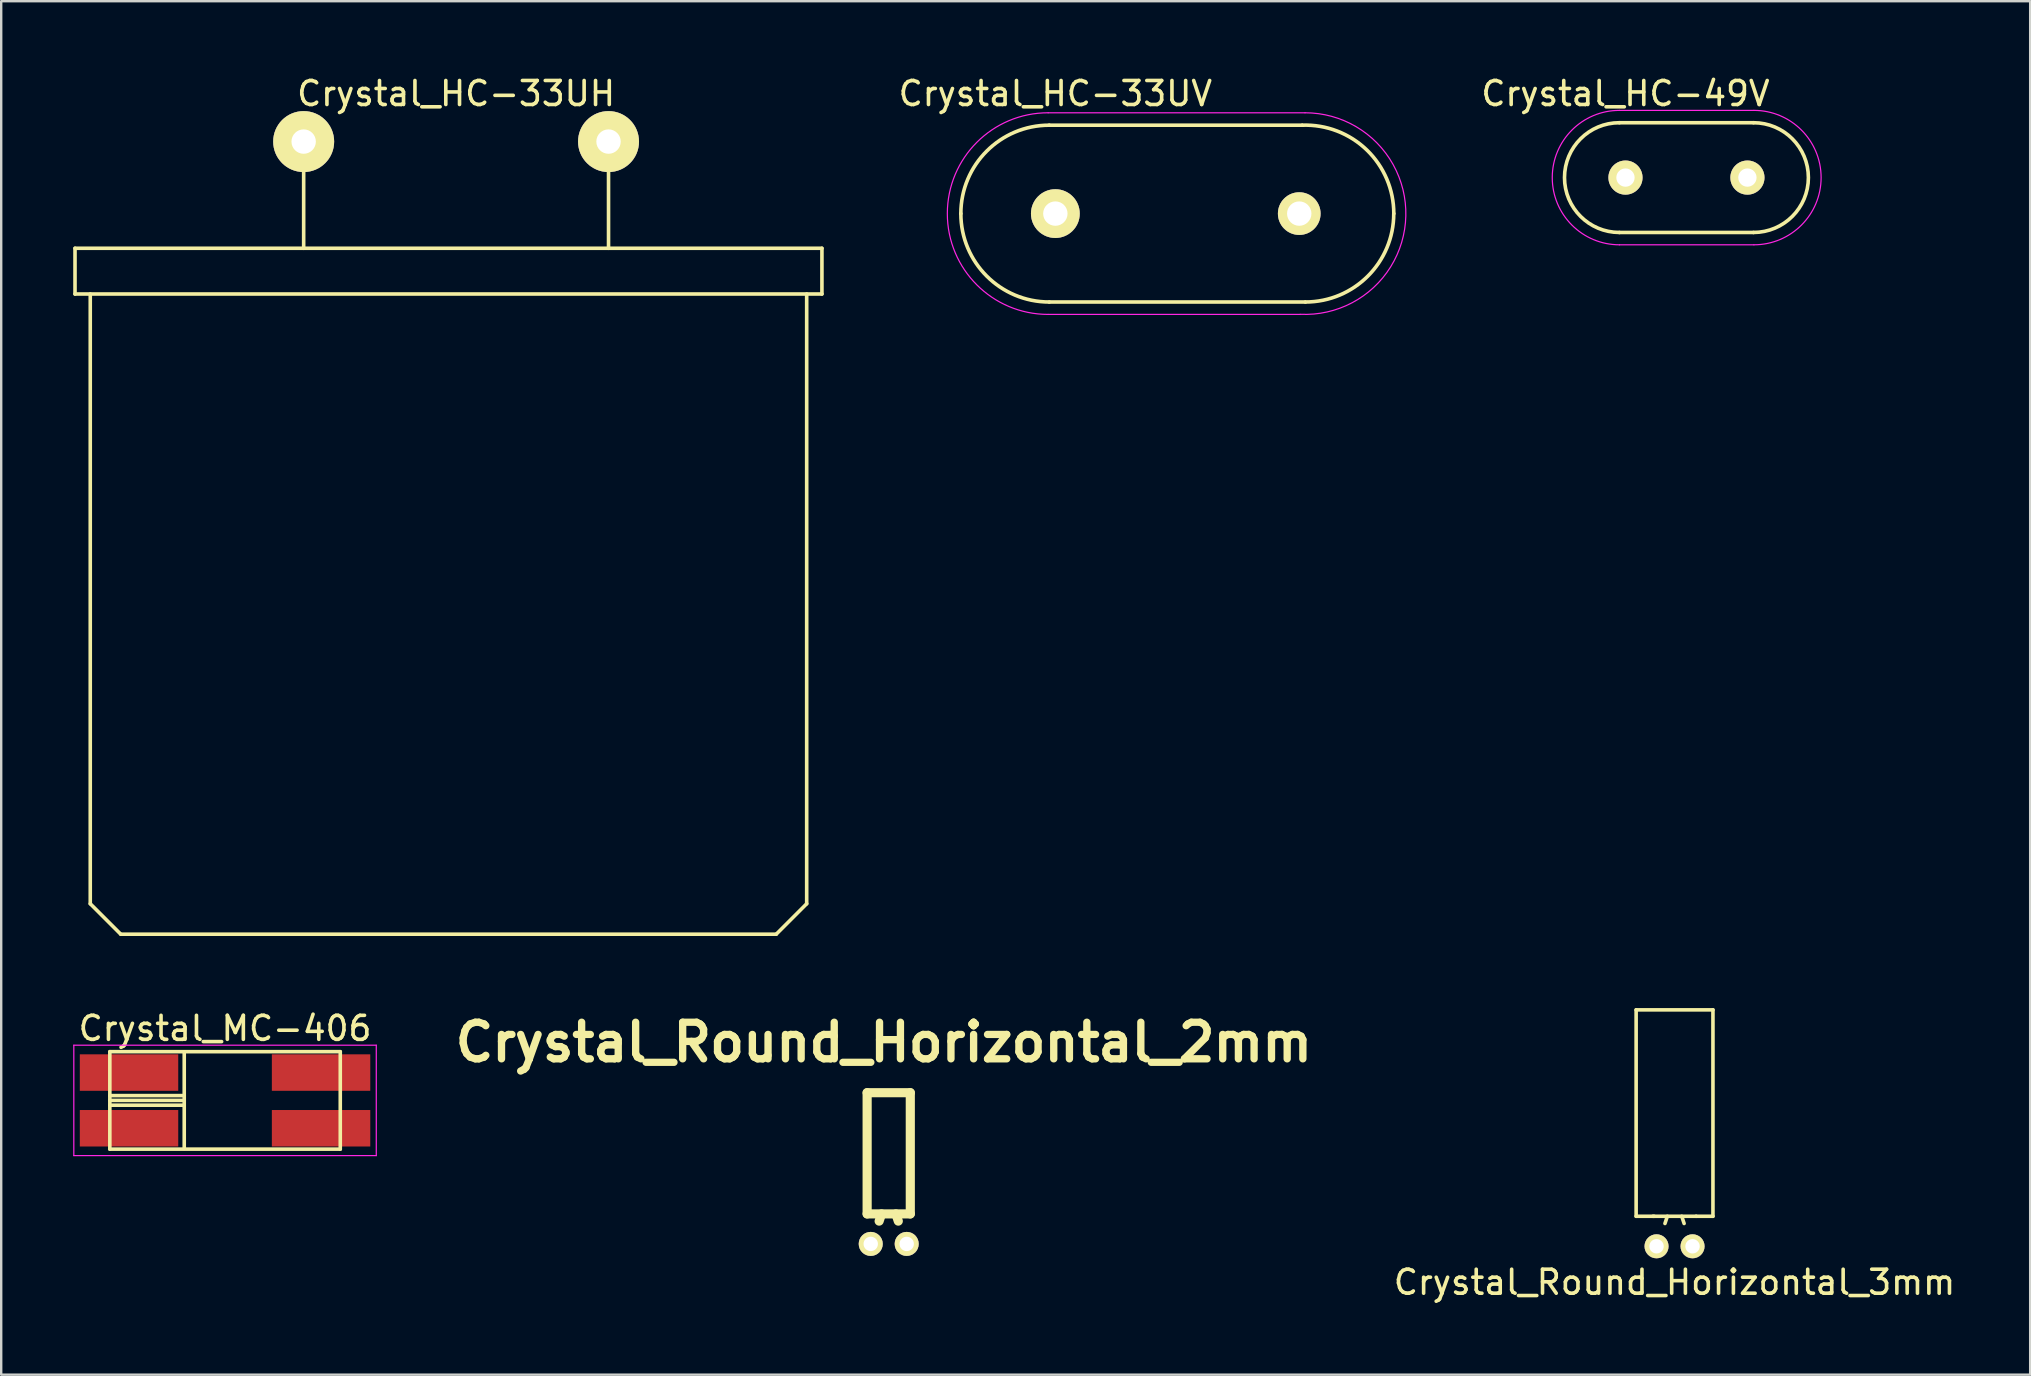
<source format=kicad_pcb>
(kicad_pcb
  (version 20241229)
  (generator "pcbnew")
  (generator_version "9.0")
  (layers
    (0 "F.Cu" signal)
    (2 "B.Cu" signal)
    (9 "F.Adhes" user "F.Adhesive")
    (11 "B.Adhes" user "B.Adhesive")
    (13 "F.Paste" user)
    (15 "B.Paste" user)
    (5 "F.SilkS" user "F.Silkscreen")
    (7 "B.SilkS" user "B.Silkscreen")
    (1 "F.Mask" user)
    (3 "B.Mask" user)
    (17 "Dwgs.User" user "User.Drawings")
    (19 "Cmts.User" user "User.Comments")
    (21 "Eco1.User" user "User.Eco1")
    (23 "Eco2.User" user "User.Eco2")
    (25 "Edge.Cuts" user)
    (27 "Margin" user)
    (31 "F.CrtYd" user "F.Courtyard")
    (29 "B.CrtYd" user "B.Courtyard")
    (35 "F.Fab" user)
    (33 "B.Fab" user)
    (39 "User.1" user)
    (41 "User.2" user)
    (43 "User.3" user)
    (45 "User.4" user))
  (footprint "Crystal_Round_Horizontal_3mm"
    (layer "F.Cu")
    (at 65.958 48.868)
    (property "Reference" "Crystal_Round_Horizontal_3mm" (at 0.75 1.5 0) (layer "F.SilkS") (effects (font (size 1 1) (thickness 0.15))))
    (attr through_hole)
    (fp_line (start -0.85 -9.85) (end -0.85 -1.25) (stroke (width 0.15) (type solid)) (layer "F.SilkS"))
    (fp_line (start -0.101 -1.25) (end -0.85 -1.25) (stroke (width 0.15) (type solid)) (layer "F.SilkS"))
    (fp_line (start 0.45 -1.25) (end 0.351 -0.95) (stroke (width 0.15) (type solid)) (layer "F.SilkS"))
    (fp_line (start 1.05 -1.25) (end 1.149 -0.95) (stroke (width 0.15) (type solid)) (layer "F.SilkS"))
    (fp_line (start 1.649 -1.25) (end -0.149 -1.25) (stroke (width 0.15) (type solid)) (layer "F.SilkS"))
    (fp_line (start 1.649 -1.25) (end 2.35 -1.25) (stroke (width 0.15) (type solid)) (layer "F.SilkS"))
    (fp_line (start 2.35 -9.85) (end -0.85 -9.85) (stroke (width 0.15) (type solid)) (layer "F.SilkS"))
    (fp_line (start 2.35 -1.25) (end 2.35 -9.85) (stroke (width 0.15) (type solid)) (layer "F.SilkS"))
    (pad "1" thru_hole circle (at 0 0) (size 1.001 1.001) (drill 0.599) (layers "*.Cu" "*.Mask" "F.SilkS"))
    (pad "2" thru_hole circle (at 1.5 0) (size 1.001 1.001) (drill 0.599) (layers "*.Cu" "*.Mask" "F.SilkS")))
  (footprint "Crystal_HC-33UH"
    (layer "F.Cu")
    (at 15.95 2.848)
    (property "Reference" "Crystal_HC-33UH" (at 0 -2 0) (layer "F.SilkS") (effects (font (size 1 1) (thickness 0.15))))
    (attr through_hole)
    (fp_line (start -15.875 6.35) (end -15.875 4.445) (stroke (width 0.15) (type solid)) (layer "F.SilkS"))
    (fp_line (start -15.24 31.75) (end -15.24 6.35) (stroke (width 0.15) (type solid)) (layer "F.SilkS"))
    (fp_line (start -13.97 33.02) (end -15.24 31.75) (stroke (width 0.15) (type solid)) (layer "F.SilkS"))
    (fp_line (start -6.35 0) (end -6.35 4.445) (stroke (width 0.15) (type solid)) (layer "F.SilkS"))
    (fp_line (start 6.35 0) (end 6.35 4.445) (stroke (width 0.15) (type solid)) (layer "F.SilkS"))
    (fp_line (start 13.335 33.02) (end -13.97 33.02) (stroke (width 0.15) (type solid)) (layer "F.SilkS"))
    (fp_line (start 14.605 6.35) (end 14.605 31.75) (stroke (width 0.15) (type solid)) (layer "F.SilkS"))
    (fp_line (start 14.605 31.75) (end 13.335 33.02) (stroke (width 0.15) (type solid)) (layer "F.SilkS"))
    (fp_line (start 15.24 4.445) (end -15.875 4.445) (stroke (width 0.15) (type solid)) (layer "F.SilkS"))
    (fp_line (start 15.24 4.445) (end 15.24 6.35) (stroke (width 0.15) (type solid)) (layer "F.SilkS"))
    (fp_line (start 15.24 6.35) (end -15.875 6.35) (stroke (width 0.15) (type solid)) (layer "F.SilkS"))
    (pad "1" thru_hole circle (at -6.35 0) (size 2.54 2.54) (drill 1.016) (layers "*.Cu" "*.Mask" "F.SilkS"))
    (pad "2" thru_hole circle (at 6.35 0) (size 2.54 2.54) (drill 1.016) (layers "*.Cu" "*.Mask" "F.SilkS")))
  (footprint "Crystal_MC-406"
    (layer "F.Cu")
    (at 6.325 42.791)
    (property "Reference" "Crystal_MC-406" (at 0 -3 0) (layer "F.SilkS") (effects (font (size 1 1) (thickness 0.15))))
    (attr smd)
    (fp_line (start -4.8 -0.2) (end -1.7 -0.2) (stroke (width 0.15) (type solid)) (layer "F.SilkS"))
    (fp_line (start -4.8 0) (end -1.7 0) (stroke (width 0.15) (type solid)) (layer "F.SilkS"))
    (fp_line (start -4.8 0.2) (end -1.7 0.2) (stroke (width 0.15) (type solid)) (layer "F.SilkS"))
    (fp_line (start -4.8 2.03) (end -4.8 -2.03) (stroke (width 0.15) (type solid)) (layer "F.SilkS"))
    (fp_line (start -4.8 2.03) (end 4.8 2.03) (stroke (width 0.15) (type solid)) (layer "F.SilkS"))
    (fp_line (start -1.7 2) (end -1.7 -2) (stroke (width 0.15) (type solid)) (layer "F.SilkS"))
    (fp_line (start 4.8 -2.03) (end -4.8 -2.03) (stroke (width 0.15) (type solid)) (layer "F.SilkS"))
    (fp_line (start 4.8 -2.03) (end 4.8 2.03) (stroke (width 0.15) (type solid)) (layer "F.SilkS"))
    (fp_line (start -6.3 -2.3) (end 6.3 -2.3) (stroke (width 0.05) (type solid)) (layer "F.CrtYd"))
    (fp_line (start -6.3 2.3) (end -6.3 -2.3) (stroke (width 0.05) (type solid)) (layer "F.CrtYd"))
    (fp_line (start 6.3 -2.3) (end 6.3 2.3) (stroke (width 0.05) (type solid)) (layer "F.CrtYd"))
    (fp_line (start 6.3 2.3) (end -6.3 2.3) (stroke (width 0.05) (type solid)) (layer "F.CrtYd"))
    (pad "1" smd rect (at -4 1.16) (size 4.1 1.52) (layers "F.Cu" "F.Mask" "F.Paste"))
    (pad "2" smd rect (at 4 1.16) (size 4.1 1.52) (layers "F.Cu" "F.Mask" "F.Paste"))
    (pad "3" smd rect (at 4 -1.16) (size 4.1 1.52) (layers "F.Cu" "F.Mask" "F.Paste"))
    (pad "4" smd rect (at -4 -1.16) (size 4.1 1.52) (layers "F.Cu" "F.Mask" "F.Paste")))
  (footprint "Crystal_HC-33UV"
    (layer "F.Cu")
    (at 40.914 5.848)
    (property "Reference" "Crystal_HC-33UV" (at 0 -5 0) (layer "F.SilkS") (effects (font (size 1 1) (thickness 0.15))))
    (attr through_hole)
    (fp_line (start -0.254 -3.683) (end 10.287 -3.683) (stroke (width 0.15) (type solid)) (layer "F.SilkS"))
    (fp_line (start 10.414 3.683) (end -0.254 3.683) (stroke (width 0.15) (type solid)) (layer "F.SilkS"))
    (fp_arc (start -3.937 0) (mid -2.858274 -2.604274) (end -0.254 -3.683) (stroke (width 0.15) (type solid)) (layer "F.SilkS"))
    (fp_arc (start -0.254 3.683) (mid -2.858274 2.604274) (end -3.937 0) (stroke (width 0.15) (type solid)) (layer "F.SilkS"))
    (fp_arc (start 10.287 -3.683) (mid 12.974527 -2.650343) (end 14.099189 0) (stroke (width 0.15) (type solid)) (layer "F.SilkS"))
    (fp_arc (start 14.097 0) (mid 13.018274 2.604274) (end 10.414 3.683) (stroke (width 0.15) (type solid)) (layer "F.SilkS"))
    (fp_line (start -0.3 4.2) (end 10.2 4.2) (stroke (width 0.05) (type solid)) (layer "F.CrtYd"))
    (fp_line (start 10.4 -4.2) (end -0.3 -4.2) (stroke (width 0.05) (type solid)) (layer "F.CrtYd"))
    (fp_arc (start -0.3 4.2) (mid -4.5 0) (end -0.3 -4.2) (stroke (width 0.05) (type solid)) (layer "F.CrtYd"))
    (fp_arc (start 10.4 -4.2) (mid 14.598811 0.099915) (end 10.200226 4.195246) (stroke (width 0.05) (type solid)) (layer "F.CrtYd"))
    (pad "1" thru_hole circle (at 0 0) (size 2.032 2.032) (drill 1.016) (layers "*.Cu" "*.Mask" "F.SilkS"))
    (pad "2" thru_hole circle (at 10.16 0) (size 1.778 1.778) (drill 1.016) (layers "*.Cu" "*.Mask" "F.SilkS")))
  (footprint "Crystal_HC-49V"
    (layer "F.Cu")
    (at 64.664 4.348)
    (property "Reference" "Crystal_HC-49V" (at 0 -3.5 0) (layer "F.SilkS") (effects (font (size 1 1) (thickness 0.15))))
    (attr through_hole)
    (fp_line (start -0.254 -2.286) (end 5.334 -2.286) (stroke (width 0.15) (type solid)) (layer "F.SilkS"))
    (fp_line (start -0.254 2.286) (end 5.334 2.286) (stroke (width 0.15) (type solid)) (layer "F.SilkS"))
    (fp_arc (start -0.254 2.286) (mid -2.54 0) (end -0.254 -2.286) (stroke (width 0.15) (type solid)) (layer "F.SilkS"))
    (fp_arc (start 5.334 -2.286) (mid 7.62 0) (end 5.334 2.286) (stroke (width 0.15) (type solid)) (layer "F.SilkS"))
    (fp_line (start -0.25 -2.8) (end 5.35 -2.8) (stroke (width 0.05) (type solid)) (layer "F.CrtYd"))
    (fp_line (start 5.35 2.8) (end -0.25 2.8) (stroke (width 0.05) (type solid)) (layer "F.CrtYd"))
    (fp_arc (start -0.25 2.8) (mid -3.05 0) (end -0.25 -2.8) (stroke (width 0.05) (type solid)) (layer "F.CrtYd"))
    (fp_arc (start 5.35 -2.8) (mid 8.15 0) (end 5.35 2.8) (stroke (width 0.05) (type solid)) (layer "F.CrtYd"))
    (pad "1" thru_hole circle (at 0 0) (size 1.422 1.422) (drill 0.762) (layers "*.Cu" "*.Mask" "F.SilkS"))
    (pad "2" thru_hole circle (at 5.08 0) (size 1.422 1.422) (drill 0.762) (layers "*.Cu" "*.Mask" "F.SilkS")))
  (footprint "Crystal_Round_Horizontal_2mm"
    (layer "F.Cu")
    (at 33.972 48.769)
    (property "Reference" "Crystal_Round_Horizontal_2mm" (at -0.201 -8.4 0) (layer "F.SilkS") (effects (font (size 1.524 1.524) (thickness 0.305))))
    (attr through_hole)
    (fp_line (start -0.899 -6.299) (end -0.899 -1.25) (stroke (width 0.381) (type solid)) (layer "F.SilkS"))
    (fp_line (start -0.3 -1.25) (end -0.399 -0.95) (stroke (width 0.381) (type solid)) (layer "F.SilkS"))
    (fp_line (start 0.3 -1.25) (end 0.399 -0.95) (stroke (width 0.381) (type solid)) (layer "F.SilkS"))
    (fp_line (start 0.899 -6.299) (end -0.899 -6.299) (stroke (width 0.381) (type solid)) (layer "F.SilkS"))
    (fp_line (start 0.899 -1.25) (end -0.899 -1.25) (stroke (width 0.381) (type solid)) (layer "F.SilkS"))
    (fp_line (start 0.899 -1.25) (end 0.899 -6.299) (stroke (width 0.381) (type solid)) (layer "F.SilkS"))
    (pad "1" thru_hole circle (at -0.749 0) (size 1.001 1.001) (drill 0.599) (layers "*.Cu" "*.Mask" "F.SilkS"))
    (pad "2" thru_hole circle (at 0.749 0) (size 1.001 1.001) (drill 0.599) (layers "*.Cu" "*.Mask" "F.SilkS")))
  (gr_rect
    (start -3 -3)
    (end 81.523 54.217)
    (stroke (width 0.1) (type default))
    (fill no)
    (layer "Edge.Cuts")))
</source>
